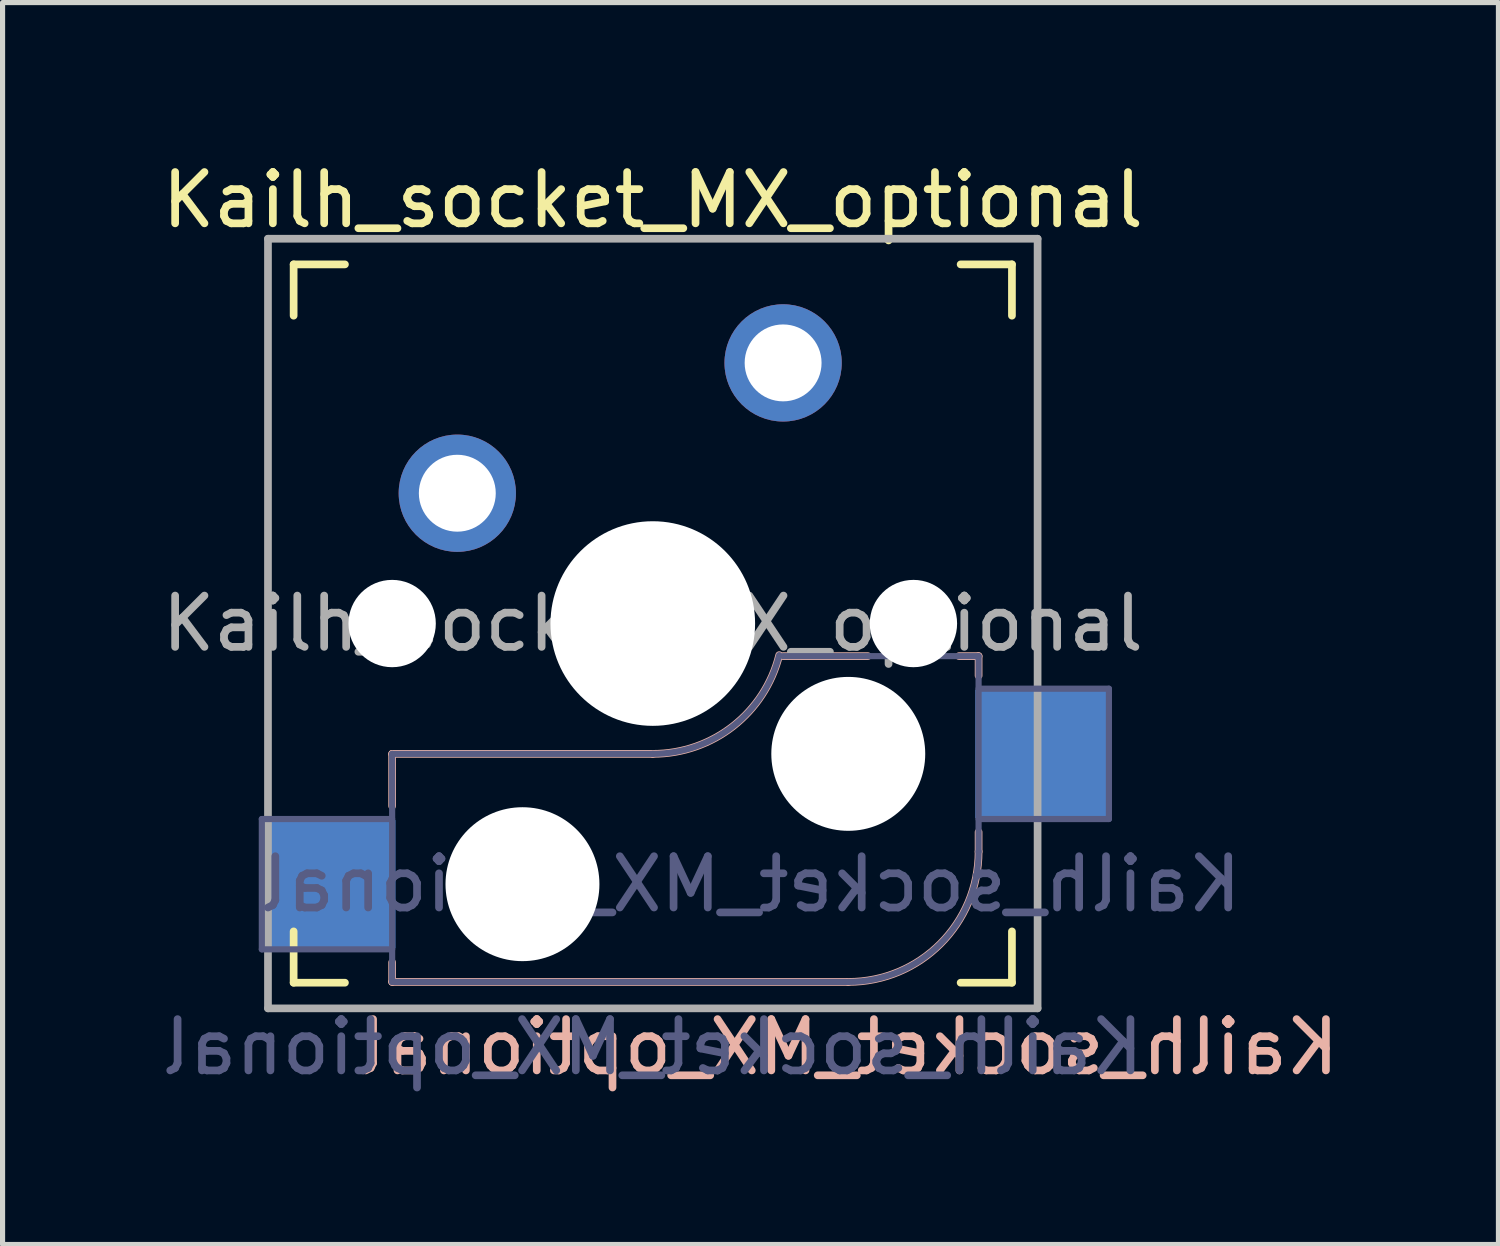
<source format=kicad_pcb>
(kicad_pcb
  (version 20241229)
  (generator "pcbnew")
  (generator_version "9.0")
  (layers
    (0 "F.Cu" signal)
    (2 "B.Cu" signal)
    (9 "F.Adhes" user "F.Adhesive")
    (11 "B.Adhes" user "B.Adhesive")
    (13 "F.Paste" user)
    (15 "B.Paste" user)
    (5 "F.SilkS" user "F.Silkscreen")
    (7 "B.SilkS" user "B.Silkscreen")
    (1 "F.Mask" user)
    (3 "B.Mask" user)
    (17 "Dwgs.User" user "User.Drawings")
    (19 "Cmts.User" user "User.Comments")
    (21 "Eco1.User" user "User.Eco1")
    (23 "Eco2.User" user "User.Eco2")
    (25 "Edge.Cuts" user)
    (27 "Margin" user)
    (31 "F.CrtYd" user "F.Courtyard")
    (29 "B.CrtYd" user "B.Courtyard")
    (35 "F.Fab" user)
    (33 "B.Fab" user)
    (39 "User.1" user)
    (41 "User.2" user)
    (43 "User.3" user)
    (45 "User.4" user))
  (footprint "Kailh_socket_MX_optional"
    (layer "F.Cu")
    (at 9.673 9.103)
    (property "Reference" "Kailh_socket_MX_optional" (at 0 -8.255 0) (layer "F.SilkS") (effects (font (size 1 1) (thickness 0.15))))
    (property "Value" "Kailh_socket_MX_optional" (at 0 8.255 0) (layer "F.Fab") (hide yes) (effects (font (size 1 1) (thickness 0.15))))
    (attr through_hole)
    (fp_line (start -7 -6) (end -7 -7) (stroke (width 0.15) (type solid)) (layer "F.SilkS"))
    (fp_line (start -7 7) (end -7 6) (stroke (width 0.15) (type solid)) (layer "F.SilkS"))
    (fp_line (start -7 7) (end -6 7) (stroke (width 0.15) (type solid)) (layer "F.SilkS"))
    (fp_line (start -6 -7) (end -7 -7) (stroke (width 0.15) (type solid)) (layer "F.SilkS"))
    (fp_line (start 6 7) (end 7 7) (stroke (width 0.15) (type solid)) (layer "F.SilkS"))
    (fp_line (start 7 -7) (end 6 -7) (stroke (width 0.15) (type solid)) (layer "F.SilkS"))
    (fp_line (start 7 -7) (end 7 -6) (stroke (width 0.15) (type solid)) (layer "F.SilkS"))
    (fp_line (start 7 6) (end 7 7) (stroke (width 0.15) (type solid)) (layer "F.SilkS"))
    (fp_line (start -5.08 2.54) (end -5.08 3.556) (stroke (width 0.15) (type solid)) (layer "B.SilkS"))
    (fp_line (start -5.08 6.604) (end -5.08 6.985) (stroke (width 0.15) (type solid)) (layer "B.SilkS"))
    (fp_line (start -5.08 6.985) (end 3.81 6.985) (stroke (width 0.15) (type solid)) (layer "B.SilkS"))
    (fp_line (start 0 2.54) (end -5.08 2.54) (stroke (width 0.15) (type solid)) (layer "B.SilkS"))
    (fp_line (start 4.191 0.635) (end 2.54 0.635) (stroke (width 0.15) (type solid)) (layer "B.SilkS"))
    (fp_line (start 6.35 0.635) (end 5.969 0.635) (stroke (width 0.15) (type solid)) (layer "B.SilkS"))
    (fp_line (start 6.35 1.016) (end 6.35 0.635) (stroke (width 0.15) (type solid)) (layer "B.SilkS"))
    (fp_line (start 6.35 4.445) (end 6.35 4.064) (stroke (width 0.15) (type solid)) (layer "B.SilkS"))
    (fp_arc (start 2.464162 0.61604) (mid 1.563147 2.002042) (end 0 2.54) (stroke (width 0.15) (type solid)) (layer "B.SilkS"))
    (fp_arc (start 6.35 4.445) (mid 5.606051 6.241051) (end 3.81 6.985) (stroke (width 0.15) (type solid)) (layer "B.SilkS"))
    (fp_line (start -6.9 6.9) (end -6.9 -6.9) (stroke (width 0.15) (type solid)) (layer "Eco2.User"))
    (fp_line (start -6.9 6.9) (end 6.9 6.9) (stroke (width 0.15) (type solid)) (layer "Eco2.User"))
    (fp_line (start 6.9 -6.9) (end -6.9 -6.9) (stroke (width 0.15) (type solid)) (layer "Eco2.User"))
    (fp_line (start 6.9 -6.9) (end 6.9 6.9) (stroke (width 0.15) (type solid)) (layer "Eco2.User"))
    (fp_line (start -7.62 3.81) (end -7.62 6.35) (stroke (width 0.12) (type solid)) (layer "B.Fab"))
    (fp_line (start -7.62 6.35) (end -5.08 6.35) (stroke (width 0.12) (type solid)) (layer "B.Fab"))
    (fp_line (start -5.08 2.54) (end -5.08 6.985) (stroke (width 0.12) (type solid)) (layer "B.Fab"))
    (fp_line (start -5.08 3.81) (end -7.62 3.81) (stroke (width 0.12) (type solid)) (layer "B.Fab"))
    (fp_line (start -5.08 6.985) (end 3.81 6.985) (stroke (width 0.12) (type solid)) (layer "B.Fab"))
    (fp_line (start 0 2.54) (end -5.08 2.54) (stroke (width 0.12) (type solid)) (layer "B.Fab"))
    (fp_line (start 6.35 0.635) (end 2.54 0.635) (stroke (width 0.12) (type solid)) (layer "B.Fab"))
    (fp_line (start 6.35 3.81) (end 8.89 3.81) (stroke (width 0.12) (type solid)) (layer "B.Fab"))
    (fp_line (start 6.35 4.445) (end 6.35 0.635) (stroke (width 0.12) (type solid)) (layer "B.Fab"))
    (fp_line (start 8.89 1.27) (end 6.35 1.27) (stroke (width 0.12) (type solid)) (layer "B.Fab"))
    (fp_line (start 8.89 3.81) (end 8.89 1.27) (stroke (width 0.12) (type solid)) (layer "B.Fab"))
    (fp_arc (start 2.464162 0.61604) (mid 1.563147 2.002042) (end 0 2.54) (stroke (width 0.12) (type solid)) (layer "B.Fab"))
    (fp_arc (start 6.35 4.445) (mid 5.606051 6.241051) (end 3.81 6.985) (stroke (width 0.12) (type solid)) (layer "B.Fab"))
    (fp_line (start -7.5 -7.5) (end 7.5 -7.5) (stroke (width 0.15) (type solid)) (layer "F.Fab"))
    (fp_line (start -7.5 7.5) (end -7.5 -7.5) (stroke (width 0.15) (type solid)) (layer "F.Fab"))
    (fp_line (start 7.5 -7.5) (end 7.5 7.5) (stroke (width 0.15) (type solid)) (layer "F.Fab"))
    (fp_line (start 7.5 7.5) (end -7.5 7.5) (stroke (width 0.15) (type solid)) (layer "F.Fab"))
    (fp_text user "${REFERENCE}" (at 3.81 8.255 0) (layer "B.SilkS") (effects (font (size 1 1) (thickness 0.15)) (justify mirror)))
    (fp_text user "${REFERENCE}" (at 1.905 5.08 0) (layer "B.Fab") (effects (font (size 1 1) (thickness 0.15)) (justify mirror)))
    (fp_text user "${VALUE}" (at 0 8.255 0) (layer "B.Fab") (effects (font (size 1 1) (thickness 0.15)) (justify mirror)))
    (fp_text user "${REFERENCE}" (at 0 0 0) (layer "F.Fab") (effects (font (size 1 1) (thickness 0.15))))
    (pad "" np_thru_hole circle (at -5.08 0) (size 1.702 1.702) (drill 1.702) (layers "*.Cu" "*.Mask"))
    (pad "" np_thru_hole circle (at -2.54 5.08) (size 3 3) (drill 3) (layers "*.Cu" "*.Mask"))
    (pad "" np_thru_hole circle (at 0 0) (size 3.988 3.988) (drill 3.988) (layers "*.Cu" "*.Mask"))
    (pad "" np_thru_hole circle (at 3.81 2.54) (size 3 3) (drill 3) (layers "*.Cu" "*.Mask"))
    (pad "" np_thru_hole circle (at 5.08 0) (size 1.702 1.702) (drill 1.702) (layers "*.Cu" "*.Mask"))
    (pad "1" smd rect (at -6.29 5.08) (size 2.55 2.5) (layers "B.Cu" "B.Mask" "B.Paste"))
    (pad "1" thru_hole circle (at 2.54 -5.08) (size 2.286 2.286) (drill 1.499) (layers "*.Cu" "*.Mask"))
    (pad "2" thru_hole circle (at -3.81 -2.54) (size 2.286 2.286) (drill 1.499) (layers "*.Cu" "*.Mask"))
    (pad "2" smd rect (at 7.56 2.54) (size 2.55 2.5) (layers "B.Cu" "B.Mask" "B.Paste")))
  (gr_rect
    (start -3 -3)
    (end 26.155 21.206)
    (stroke (width 0.1) (type default))
    (fill no)
    (layer "Edge.Cuts")))
</source>
